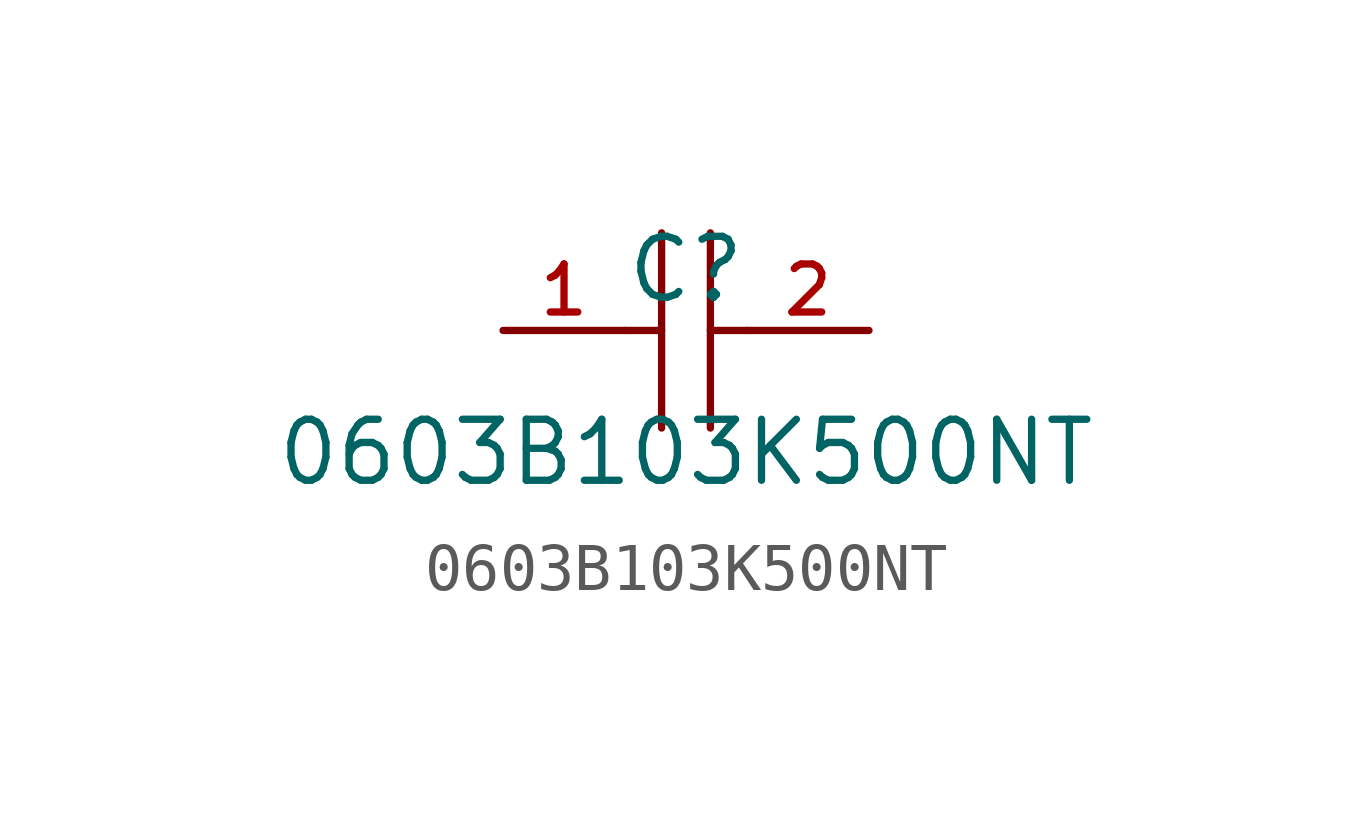
<source format=kicad_sym>
(kicad_symbol_lib
  (version 20210201)
  (generator TousstNicolas/JLC2KiCad_lib)
  (symbol "0603B103K500NT"
    (pin_names hide)
    (property "Reference" "C"
      (at 0 1.27 0)
      (effects (font (size 1.27 1.27))))
    (property "Value" "0603B103K500NT"
      (at 0 -2.54 0)
      (effects (font (size 1.27 1.27))))
    (symbol "0603B103K500NT_0_1"
      (polyline (pts (xy -0.508 2.032) (xy -0.508 -2.032)) (stroke (width 0) (type default) (color 0 0 0 0)) (fill (type none)))
      (polyline (pts (xy 0.508 2.032) (xy 0.508 -2.032)) (stroke (width 0) (type default) (color 0 0 0 0)) (fill (type none)))
      (pin input line (at -3.81 -0.0 0) (length 2.54) (name "1" (effects (font (size 1 1)))) (number "1" (effects (font (size 1 1)))))
      (pin input line (at 3.81 -0.0 180) (length 2.54) (name "2" (effects (font (size 1 1)))) (number "2" (effects (font (size 1 1)))))
      (polyline (pts (xy -1.27 -0.0) (xy -0.508 -0.0)) (stroke (width 0) (type default) (color 0 0 0 0)) (fill (type none)))
      (polyline (pts (xy 0.508 -0.0) (xy 1.27 -0.0)) (stroke (width 0) (type default) (color 0 0 0 0)) (fill (type none))))))
</source>
